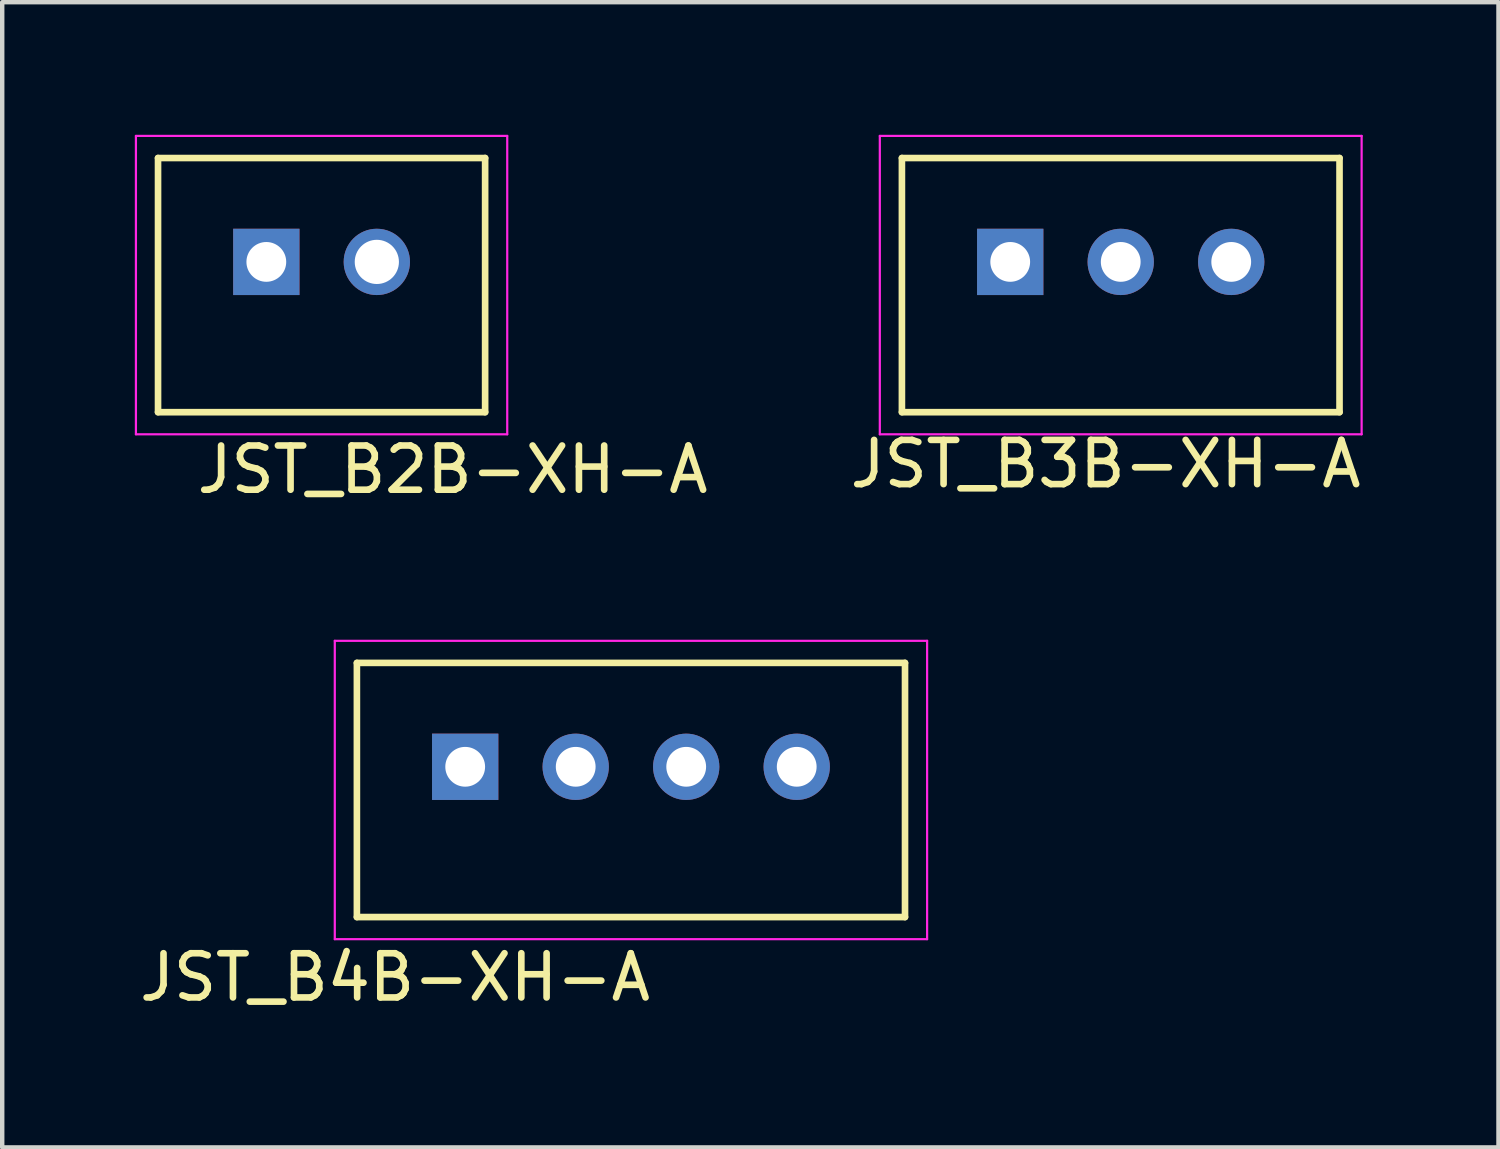
<source format=kicad_pcb>
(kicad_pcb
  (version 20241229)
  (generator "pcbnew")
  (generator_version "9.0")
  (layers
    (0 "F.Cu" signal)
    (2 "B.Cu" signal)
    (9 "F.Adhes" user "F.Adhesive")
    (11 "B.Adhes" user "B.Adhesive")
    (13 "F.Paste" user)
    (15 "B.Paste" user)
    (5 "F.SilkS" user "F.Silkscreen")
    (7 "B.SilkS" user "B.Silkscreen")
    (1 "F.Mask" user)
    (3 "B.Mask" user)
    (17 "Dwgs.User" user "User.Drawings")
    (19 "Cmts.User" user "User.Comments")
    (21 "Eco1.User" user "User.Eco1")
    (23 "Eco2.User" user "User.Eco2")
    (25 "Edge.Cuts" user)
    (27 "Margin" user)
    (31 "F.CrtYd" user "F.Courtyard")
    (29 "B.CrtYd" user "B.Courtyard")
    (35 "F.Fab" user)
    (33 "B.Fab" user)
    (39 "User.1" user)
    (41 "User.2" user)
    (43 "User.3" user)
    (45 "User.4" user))
  (footprint "JST_B3B-XH-A"
    (layer "F.Cu")
    (at 19.804 2.875)
    (property "Reference" "JST_B3B-XH-A" (at 2.159 4.572 0) (layer "F.SilkS") (effects (font (size 1 1) (thickness 0.15))))
    (attr through_hole)
    (fp_line (start -2.45 -2.35) (end -2.45 3.4) (stroke (width 0.15) (type solid)) (layer "F.SilkS"))
    (fp_line (start -2.45 -2.35) (end 7.45 -2.35) (stroke (width 0.15) (type solid)) (layer "F.SilkS"))
    (fp_line (start -2.45 3.4) (end 7.45 3.4) (stroke (width 0.15) (type solid)) (layer "F.SilkS"))
    (fp_line (start 7.45 -2.35) (end 7.45 3.4) (stroke (width 0.15) (type solid)) (layer "F.SilkS"))
    (fp_line (start -2.95 -2.85) (end -2.95 3.9) (stroke (width 0.05) (type solid)) (layer "F.CrtYd"))
    (fp_line (start -2.95 -2.85) (end 7.95 -2.85) (stroke (width 0.05) (type solid)) (layer "F.CrtYd"))
    (fp_line (start -2.95 3.9) (end 7.95 3.9) (stroke (width 0.05) (type solid)) (layer "F.CrtYd"))
    (fp_line (start 7.95 -2.85) (end 7.95 3.9) (stroke (width 0.05) (type solid)) (layer "F.CrtYd"))
    (pad "1" thru_hole rect (at 0 0) (size 1.5 1.5) (drill 0.9) (layers "*.Cu" "*.Mask"))
    (pad "2" thru_hole circle (at 2.5 0) (size 1.5 1.5) (drill 0.9) (layers "*.Cu" "*.Mask"))
    (pad "3" thru_hole circle (at 5 0) (size 1.5 1.5) (drill 0.9) (layers "*.Cu" "*.Mask")))
  (footprint "JST_B2B-XH-A"
    (layer "F.Cu")
    (at 2.975 2.875)
    (property "Reference" "JST_B2B-XH-A" (at 4.215 4.699 0) (layer "F.SilkS") (effects (font (size 1 1) (thickness 0.15))))
    (attr through_hole)
    (fp_line (start -2.45 -2.35) (end -2.45 3.4) (stroke (width 0.15) (type solid)) (layer "F.SilkS"))
    (fp_line (start -2.45 -2.35) (end 4.95 -2.35) (stroke (width 0.15) (type solid)) (layer "F.SilkS"))
    (fp_line (start -2.45 3.4) (end 4.95 3.4) (stroke (width 0.15) (type solid)) (layer "F.SilkS"))
    (fp_line (start 4.95 -2.35) (end 4.95 3.4) (stroke (width 0.15) (type solid)) (layer "F.SilkS"))
    (fp_line (start -2.95 -2.85) (end -2.95 3.9) (stroke (width 0.05) (type solid)) (layer "F.CrtYd"))
    (fp_line (start -2.95 -2.85) (end 5.45 -2.85) (stroke (width 0.05) (type solid)) (layer "F.CrtYd"))
    (fp_line (start -2.95 3.9) (end 5.45 3.9) (stroke (width 0.05) (type solid)) (layer "F.CrtYd"))
    (fp_line (start 5.45 -2.85) (end 5.45 3.9) (stroke (width 0.05) (type solid)) (layer "F.CrtYd"))
    (pad "1" thru_hole rect (at 0 0) (size 1.5 1.5) (drill 0.9) (layers "*.Cu" "*.Mask"))
    (pad "2" thru_hole circle (at 2.5 0) (size 1.5 1.5) (drill 1) (layers "*.Cu" "*.Mask")))
  (footprint "JST_B4B-XH-A"
    (layer "F.Cu")
    (at 7.474 14.297)
    (property "Reference" "JST_B4B-XH-A" (at -1.587 4.763 0) (layer "F.SilkS") (effects (font (size 1 1) (thickness 0.15))))
    (attr through_hole)
    (fp_line (start -2.45 -2.35) (end -2.45 3.4) (stroke (width 0.15) (type solid)) (layer "F.SilkS"))
    (fp_line (start -2.45 -2.35) (end 9.95 -2.35) (stroke (width 0.15) (type solid)) (layer "F.SilkS"))
    (fp_line (start -2.45 3.4) (end 9.95 3.4) (stroke (width 0.15) (type solid)) (layer "F.SilkS"))
    (fp_line (start 9.95 -2.35) (end 9.95 3.4) (stroke (width 0.15) (type solid)) (layer "F.SilkS"))
    (fp_line (start -2.95 -2.85) (end -2.95 3.9) (stroke (width 0.05) (type solid)) (layer "F.CrtYd"))
    (fp_line (start -2.95 -2.85) (end 10.45 -2.85) (stroke (width 0.05) (type solid)) (layer "F.CrtYd"))
    (fp_line (start -2.95 3.9) (end 10.45 3.9) (stroke (width 0.05) (type solid)) (layer "F.CrtYd"))
    (fp_line (start 10.45 -2.85) (end 10.45 3.9) (stroke (width 0.05) (type solid)) (layer "F.CrtYd"))
    (pad "1" thru_hole rect (at 0 0) (size 1.5 1.5) (drill 0.9) (layers "*.Cu" "*.Mask"))
    (pad "2" thru_hole circle (at 2.5 0) (size 1.5 1.5) (drill 0.9) (layers "*.Cu" "*.Mask"))
    (pad "3" thru_hole circle (at 5 0) (size 1.5 1.5) (drill 0.9) (layers "*.Cu" "*.Mask"))
    (pad "4" thru_hole circle (at 7.5 0) (size 1.5 1.5) (drill 0.9) (layers "*.Cu" "*.Mask")))
  (gr_rect
    (start -3 -3)
    (end 30.85 22.908)
    (stroke (width 0.1) (type default))
    (fill no)
    (layer "Edge.Cuts")))
</source>
